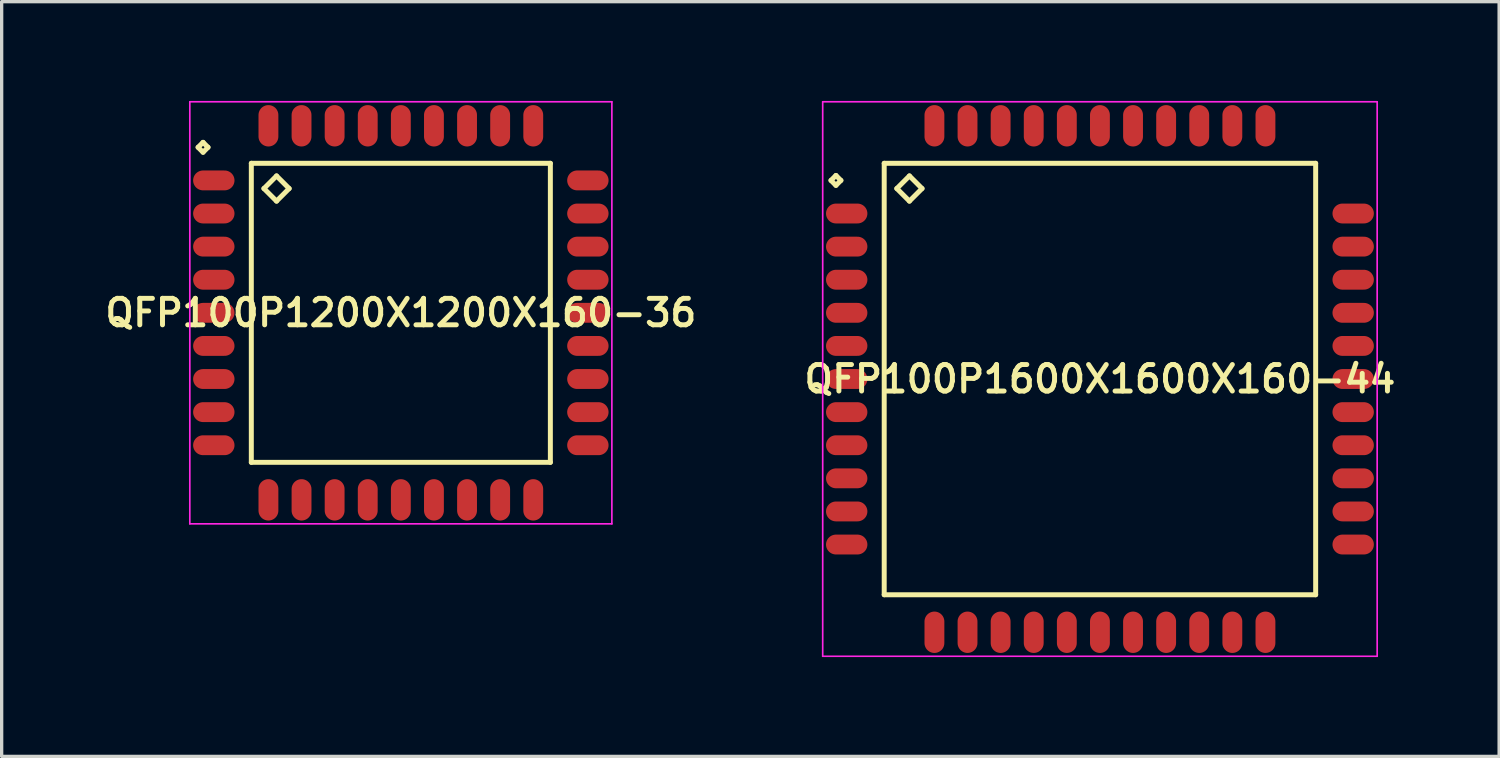
<source format=kicad_pcb>
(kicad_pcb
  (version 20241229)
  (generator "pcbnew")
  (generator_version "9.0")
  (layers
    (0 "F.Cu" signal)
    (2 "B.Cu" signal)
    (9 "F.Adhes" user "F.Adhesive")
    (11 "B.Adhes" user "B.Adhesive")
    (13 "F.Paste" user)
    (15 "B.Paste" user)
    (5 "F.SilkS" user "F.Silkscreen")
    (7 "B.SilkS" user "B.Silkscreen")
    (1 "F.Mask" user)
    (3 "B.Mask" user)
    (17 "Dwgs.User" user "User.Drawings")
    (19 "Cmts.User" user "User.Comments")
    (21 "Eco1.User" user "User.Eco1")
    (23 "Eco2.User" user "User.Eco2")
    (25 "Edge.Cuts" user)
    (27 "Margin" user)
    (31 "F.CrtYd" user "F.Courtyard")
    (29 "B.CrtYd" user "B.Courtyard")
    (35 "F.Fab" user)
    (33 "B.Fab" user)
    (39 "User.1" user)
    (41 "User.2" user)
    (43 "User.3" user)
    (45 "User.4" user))
  (footprint "QFP100P1600X1600X160-44"
    (layer "F.Cu")
    (at 30.178 8.4)
    (property "Reference" "QFP100P1600X1600X160-44" (at 0 0 0) (layer "F.SilkS") (effects (font (size 0.8 0.8) (thickness 0.15))))
    (attr smd)
    (fp_line (start -8.125 -6) (end -7.975 -6.15) (stroke (width 0.15) (type solid)) (layer "F.SilkS"))
    (fp_line (start -7.975 -6.15) (end -7.825 -6) (stroke (width 0.15) (type solid)) (layer "F.SilkS"))
    (fp_line (start -7.975 -5.85) (end -8.125 -6) (stroke (width 0.15) (type solid)) (layer "F.SilkS"))
    (fp_line (start -7.825 -6) (end -7.975 -5.85) (stroke (width 0.15) (type solid)) (layer "F.SilkS"))
    (fp_line (start -6.517 -6.517) (end -6.517 6.517) (stroke (width 0.15) (type solid)) (layer "F.SilkS"))
    (fp_line (start -6.517 6.517) (end 6.517 6.517) (stroke (width 0.15) (type solid)) (layer "F.SilkS"))
    (fp_line (start -6.136 -5.755) (end -5.755 -6.136) (stroke (width 0.15) (type solid)) (layer "F.SilkS"))
    (fp_line (start -5.755 -6.136) (end -5.374 -5.755) (stroke (width 0.15) (type solid)) (layer "F.SilkS"))
    (fp_line (start -5.755 -5.374) (end -6.136 -5.755) (stroke (width 0.15) (type solid)) (layer "F.SilkS"))
    (fp_line (start -5.374 -5.755) (end -5.755 -5.374) (stroke (width 0.15) (type solid)) (layer "F.SilkS"))
    (fp_line (start 6.517 -6.517) (end -6.517 -6.517) (stroke (width 0.15) (type solid)) (layer "F.SilkS"))
    (fp_line (start 6.517 6.517) (end 6.517 -6.517) (stroke (width 0.15) (type solid)) (layer "F.SilkS"))
    (fp_line (start -8.375 -8.375) (end 8.375 -8.375) (stroke (width 0.05) (type solid)) (layer "F.CrtYd"))
    (fp_line (start -8.375 8.375) (end -8.375 -8.375) (stroke (width 0.05) (type solid)) (layer "F.CrtYd"))
    (fp_line (start 8.375 -8.375) (end 8.375 8.375) (stroke (width 0.05) (type solid)) (layer "F.CrtYd"))
    (fp_line (start 8.375 8.375) (end -8.375 8.375) (stroke (width 0.05) (type solid)) (layer "F.CrtYd"))
    (pad "1" smd oval (at -7.65 -5) (size 1.25 0.6) (layers "F.Cu" "F.Mask" "F.Paste"))
    (pad "2" smd oval (at -7.65 -4) (size 1.25 0.6) (layers "F.Cu" "F.Mask" "F.Paste"))
    (pad "3" smd oval (at -7.65 -3) (size 1.25 0.6) (layers "F.Cu" "F.Mask" "F.Paste"))
    (pad "4" smd oval (at -7.65 -2) (size 1.25 0.6) (layers "F.Cu" "F.Mask" "F.Paste"))
    (pad "5" smd oval (at -7.65 -1) (size 1.25 0.6) (layers "F.Cu" "F.Mask" "F.Paste"))
    (pad "6" smd oval (at -7.65 0) (size 1.25 0.6) (layers "F.Cu" "F.Mask" "F.Paste"))
    (pad "7" smd oval (at -7.65 1) (size 1.25 0.6) (layers "F.Cu" "F.Mask" "F.Paste"))
    (pad "8" smd oval (at -7.65 2) (size 1.25 0.6) (layers "F.Cu" "F.Mask" "F.Paste"))
    (pad "9" smd oval (at -7.65 3) (size 1.25 0.6) (layers "F.Cu" "F.Mask" "F.Paste"))
    (pad "10" smd oval (at -7.65 4) (size 1.25 0.6) (layers "F.Cu" "F.Mask" "F.Paste"))
    (pad "11" smd oval (at -7.65 5) (size 1.25 0.6) (layers "F.Cu" "F.Mask" "F.Paste"))
    (pad "12" smd oval (at -5 7.65) (size 0.6 1.25) (layers "F.Cu" "F.Mask" "F.Paste"))
    (pad "13" smd oval (at -4 7.65) (size 0.6 1.25) (layers "F.Cu" "F.Mask" "F.Paste"))
    (pad "14" smd oval (at -3 7.65) (size 0.6 1.25) (layers "F.Cu" "F.Mask" "F.Paste"))
    (pad "15" smd oval (at -2 7.65) (size 0.6 1.25) (layers "F.Cu" "F.Mask" "F.Paste"))
    (pad "16" smd oval (at -1 7.65) (size 0.6 1.25) (layers "F.Cu" "F.Mask" "F.Paste"))
    (pad "17" smd oval (at 0 7.65) (size 0.6 1.25) (layers "F.Cu" "F.Mask" "F.Paste"))
    (pad "18" smd oval (at 1 7.65) (size 0.6 1.25) (layers "F.Cu" "F.Mask" "F.Paste"))
    (pad "19" smd oval (at 2 7.65) (size 0.6 1.25) (layers "F.Cu" "F.Mask" "F.Paste"))
    (pad "20" smd oval (at 3 7.65) (size 0.6 1.25) (layers "F.Cu" "F.Mask" "F.Paste"))
    (pad "21" smd oval (at 4 7.65) (size 0.6 1.25) (layers "F.Cu" "F.Mask" "F.Paste"))
    (pad "22" smd oval (at 5 7.65) (size 0.6 1.25) (layers "F.Cu" "F.Mask" "F.Paste"))
    (pad "23" smd oval (at 7.65 5) (size 1.25 0.6) (layers "F.Cu" "F.Mask" "F.Paste"))
    (pad "24" smd oval (at 7.65 4) (size 1.25 0.6) (layers "F.Cu" "F.Mask" "F.Paste"))
    (pad "25" smd oval (at 7.65 3) (size 1.25 0.6) (layers "F.Cu" "F.Mask" "F.Paste"))
    (pad "26" smd oval (at 7.65 2) (size 1.25 0.6) (layers "F.Cu" "F.Mask" "F.Paste"))
    (pad "27" smd oval (at 7.65 1) (size 1.25 0.6) (layers "F.Cu" "F.Mask" "F.Paste"))
    (pad "28" smd oval (at 7.65 0) (size 1.25 0.6) (layers "F.Cu" "F.Mask" "F.Paste"))
    (pad "29" smd oval (at 7.65 -1) (size 1.25 0.6) (layers "F.Cu" "F.Mask" "F.Paste"))
    (pad "30" smd oval (at 7.65 -2) (size 1.25 0.6) (layers "F.Cu" "F.Mask" "F.Paste"))
    (pad "31" smd oval (at 7.65 -3) (size 1.25 0.6) (layers "F.Cu" "F.Mask" "F.Paste"))
    (pad "32" smd oval (at 7.65 -4) (size 1.25 0.6) (layers "F.Cu" "F.Mask" "F.Paste"))
    (pad "33" smd oval (at 7.65 -5) (size 1.25 0.6) (layers "F.Cu" "F.Mask" "F.Paste"))
    (pad "34" smd oval (at 5 -7.65) (size 0.6 1.25) (layers "F.Cu" "F.Mask" "F.Paste"))
    (pad "35" smd oval (at 4 -7.65) (size 0.6 1.25) (layers "F.Cu" "F.Mask" "F.Paste"))
    (pad "36" smd oval (at 3 -7.65) (size 0.6 1.25) (layers "F.Cu" "F.Mask" "F.Paste"))
    (pad "37" smd oval (at 2 -7.65) (size 0.6 1.25) (layers "F.Cu" "F.Mask" "F.Paste"))
    (pad "38" smd oval (at 1 -7.65) (size 0.6 1.25) (layers "F.Cu" "F.Mask" "F.Paste"))
    (pad "39" smd oval (at 0 -7.65) (size 0.6 1.25) (layers "F.Cu" "F.Mask" "F.Paste"))
    (pad "40" smd oval (at -1 -7.65) (size 0.6 1.25) (layers "F.Cu" "F.Mask" "F.Paste"))
    (pad "41" smd oval (at -2 -7.65) (size 0.6 1.25) (layers "F.Cu" "F.Mask" "F.Paste"))
    (pad "42" smd oval (at -3 -7.65) (size 0.6 1.25) (layers "F.Cu" "F.Mask" "F.Paste"))
    (pad "43" smd oval (at -4 -7.65) (size 0.6 1.25) (layers "F.Cu" "F.Mask" "F.Paste"))
    (pad "44" smd oval (at -5 -7.65) (size 0.6 1.25) (layers "F.Cu" "F.Mask" "F.Paste")))
  (footprint "QFP100P1200X1200X160-36"
    (layer "F.Cu")
    (at 9.059 6.4)
    (property "Reference" "QFP100P1200X1200X160-36" (at 0 0 0) (layer "F.SilkS") (effects (font (size 0.8 0.8) (thickness 0.15))))
    (attr smd)
    (fp_line (start -6.125 -5) (end -5.975 -5.15) (stroke (width 0.15) (type solid)) (layer "F.SilkS"))
    (fp_line (start -5.975 -5.15) (end -5.825 -5) (stroke (width 0.15) (type solid)) (layer "F.SilkS"))
    (fp_line (start -5.975 -4.85) (end -6.125 -5) (stroke (width 0.15) (type solid)) (layer "F.SilkS"))
    (fp_line (start -5.825 -5) (end -5.975 -4.85) (stroke (width 0.15) (type solid)) (layer "F.SilkS"))
    (fp_line (start -4.517 -4.517) (end -4.517 4.517) (stroke (width 0.15) (type solid)) (layer "F.SilkS"))
    (fp_line (start -4.517 4.517) (end 4.517 4.517) (stroke (width 0.15) (type solid)) (layer "F.SilkS"))
    (fp_line (start -4.136 -3.755) (end -3.755 -4.136) (stroke (width 0.15) (type solid)) (layer "F.SilkS"))
    (fp_line (start -3.755 -4.136) (end -3.374 -3.755) (stroke (width 0.15) (type solid)) (layer "F.SilkS"))
    (fp_line (start -3.755 -3.374) (end -4.136 -3.755) (stroke (width 0.15) (type solid)) (layer "F.SilkS"))
    (fp_line (start -3.374 -3.755) (end -3.755 -3.374) (stroke (width 0.15) (type solid)) (layer "F.SilkS"))
    (fp_line (start 4.517 -4.517) (end -4.517 -4.517) (stroke (width 0.15) (type solid)) (layer "F.SilkS"))
    (fp_line (start 4.517 4.517) (end 4.517 -4.517) (stroke (width 0.15) (type solid)) (layer "F.SilkS"))
    (fp_line (start -6.375 -6.375) (end 6.375 -6.375) (stroke (width 0.05) (type solid)) (layer "F.CrtYd"))
    (fp_line (start -6.375 6.375) (end -6.375 -6.375) (stroke (width 0.05) (type solid)) (layer "F.CrtYd"))
    (fp_line (start 6.375 -6.375) (end 6.375 6.375) (stroke (width 0.05) (type solid)) (layer "F.CrtYd"))
    (fp_line (start 6.375 6.375) (end -6.375 6.375) (stroke (width 0.05) (type solid)) (layer "F.CrtYd"))
    (pad "1" smd oval (at -5.65 -4) (size 1.25 0.6) (layers "F.Cu" "F.Mask" "F.Paste"))
    (pad "2" smd oval (at -5.65 -3) (size 1.25 0.6) (layers "F.Cu" "F.Mask" "F.Paste"))
    (pad "3" smd oval (at -5.65 -2) (size 1.25 0.6) (layers "F.Cu" "F.Mask" "F.Paste"))
    (pad "4" smd oval (at -5.65 -1) (size 1.25 0.6) (layers "F.Cu" "F.Mask" "F.Paste"))
    (pad "5" smd oval (at -5.65 0) (size 1.25 0.6) (layers "F.Cu" "F.Mask" "F.Paste"))
    (pad "6" smd oval (at -5.65 1) (size 1.25 0.6) (layers "F.Cu" "F.Mask" "F.Paste"))
    (pad "7" smd oval (at -5.65 2) (size 1.25 0.6) (layers "F.Cu" "F.Mask" "F.Paste"))
    (pad "8" smd oval (at -5.65 3) (size 1.25 0.6) (layers "F.Cu" "F.Mask" "F.Paste"))
    (pad "9" smd oval (at -5.65 4) (size 1.25 0.6) (layers "F.Cu" "F.Mask" "F.Paste"))
    (pad "10" smd oval (at -4 5.65) (size 0.6 1.25) (layers "F.Cu" "F.Mask" "F.Paste"))
    (pad "11" smd oval (at -3 5.65) (size 0.6 1.25) (layers "F.Cu" "F.Mask" "F.Paste"))
    (pad "12" smd oval (at -2 5.65) (size 0.6 1.25) (layers "F.Cu" "F.Mask" "F.Paste"))
    (pad "13" smd oval (at -1 5.65) (size 0.6 1.25) (layers "F.Cu" "F.Mask" "F.Paste"))
    (pad "14" smd oval (at 0 5.65) (size 0.6 1.25) (layers "F.Cu" "F.Mask" "F.Paste"))
    (pad "15" smd oval (at 1 5.65) (size 0.6 1.25) (layers "F.Cu" "F.Mask" "F.Paste"))
    (pad "16" smd oval (at 2 5.65) (size 0.6 1.25) (layers "F.Cu" "F.Mask" "F.Paste"))
    (pad "17" smd oval (at 3 5.65) (size 0.6 1.25) (layers "F.Cu" "F.Mask" "F.Paste"))
    (pad "18" smd oval (at 4 5.65) (size 0.6 1.25) (layers "F.Cu" "F.Mask" "F.Paste"))
    (pad "19" smd oval (at 5.65 4) (size 1.25 0.6) (layers "F.Cu" "F.Mask" "F.Paste"))
    (pad "20" smd oval (at 5.65 3) (size 1.25 0.6) (layers "F.Cu" "F.Mask" "F.Paste"))
    (pad "21" smd oval (at 5.65 2) (size 1.25 0.6) (layers "F.Cu" "F.Mask" "F.Paste"))
    (pad "22" smd oval (at 5.65 1) (size 1.25 0.6) (layers "F.Cu" "F.Mask" "F.Paste"))
    (pad "23" smd oval (at 5.65 0) (size 1.25 0.6) (layers "F.Cu" "F.Mask" "F.Paste"))
    (pad "24" smd oval (at 5.65 -1) (size 1.25 0.6) (layers "F.Cu" "F.Mask" "F.Paste"))
    (pad "25" smd oval (at 5.65 -2) (size 1.25 0.6) (layers "F.Cu" "F.Mask" "F.Paste"))
    (pad "26" smd oval (at 5.65 -3) (size 1.25 0.6) (layers "F.Cu" "F.Mask" "F.Paste"))
    (pad "27" smd oval (at 5.65 -4) (size 1.25 0.6) (layers "F.Cu" "F.Mask" "F.Paste"))
    (pad "28" smd oval (at 4 -5.65) (size 0.6 1.25) (layers "F.Cu" "F.Mask" "F.Paste"))
    (pad "29" smd oval (at 3 -5.65) (size 0.6 1.25) (layers "F.Cu" "F.Mask" "F.Paste"))
    (pad "30" smd oval (at 2 -5.65) (size 0.6 1.25) (layers "F.Cu" "F.Mask" "F.Paste"))
    (pad "31" smd oval (at 1 -5.65) (size 0.6 1.25) (layers "F.Cu" "F.Mask" "F.Paste"))
    (pad "32" smd oval (at 0 -5.65) (size 0.6 1.25) (layers "F.Cu" "F.Mask" "F.Paste"))
    (pad "33" smd oval (at -1 -5.65) (size 0.6 1.25) (layers "F.Cu" "F.Mask" "F.Paste"))
    (pad "34" smd oval (at -2 -5.65) (size 0.6 1.25) (layers "F.Cu" "F.Mask" "F.Paste"))
    (pad "35" smd oval (at -3 -5.65) (size 0.6 1.25) (layers "F.Cu" "F.Mask" "F.Paste"))
    (pad "36" smd oval (at -4 -5.65) (size 0.6 1.25) (layers "F.Cu" "F.Mask" "F.Paste")))
  (gr_rect
    (start -3 -3)
    (end 42.237 19.8)
    (stroke (width 0.1) (type default))
    (fill no)
    (layer "Edge.Cuts")))
</source>
